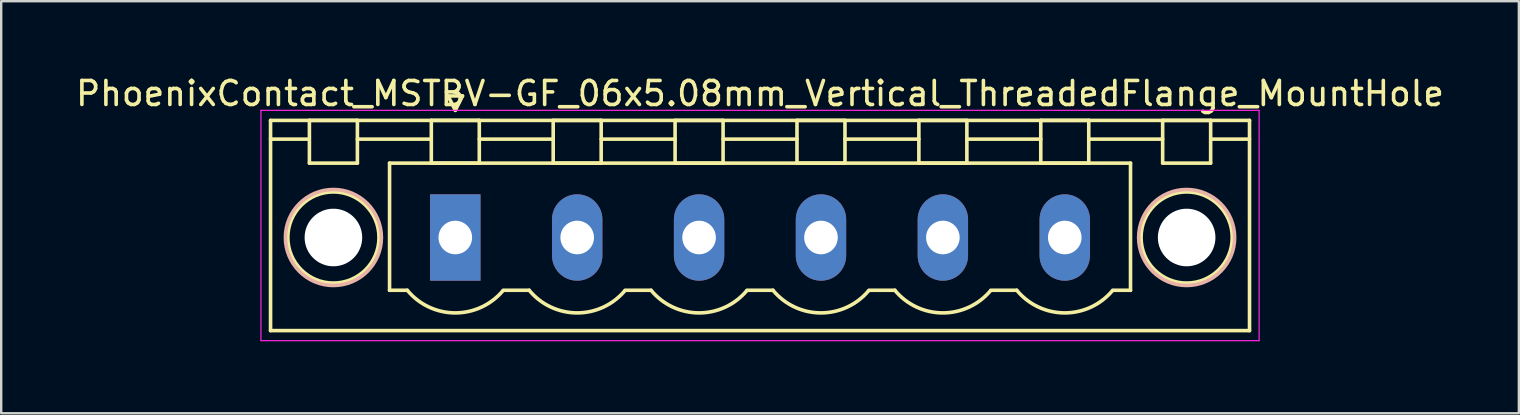
<source format=kicad_pcb>
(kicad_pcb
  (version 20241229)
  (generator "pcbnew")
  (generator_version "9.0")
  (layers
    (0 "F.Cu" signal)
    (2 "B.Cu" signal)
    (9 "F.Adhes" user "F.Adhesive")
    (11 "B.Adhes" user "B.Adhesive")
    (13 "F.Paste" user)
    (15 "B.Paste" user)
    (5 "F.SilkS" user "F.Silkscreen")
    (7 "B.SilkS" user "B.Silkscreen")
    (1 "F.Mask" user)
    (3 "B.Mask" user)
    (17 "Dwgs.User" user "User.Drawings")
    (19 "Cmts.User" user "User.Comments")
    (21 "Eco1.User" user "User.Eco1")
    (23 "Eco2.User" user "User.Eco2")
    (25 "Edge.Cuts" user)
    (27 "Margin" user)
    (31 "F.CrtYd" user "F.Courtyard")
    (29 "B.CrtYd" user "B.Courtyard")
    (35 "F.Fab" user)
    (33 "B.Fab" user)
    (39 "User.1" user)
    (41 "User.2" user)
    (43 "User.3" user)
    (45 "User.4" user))
  (footprint "PhoenixContact_MSTBV-GF_06x5.08mm_Vertical_ThreadedFlange_MountHole"
    (layer "F.Cu")
    (at 15.925 6.848)
    (property "Reference" "PhoenixContact_MSTBV-GF_06x5.08mm_Vertical_ThreadedFlange_MountHole" (at 12.7 -6 0) (layer "F.SilkS") (effects (font (size 1 1) (thickness 0.15))))
    (attr through_hole)
    (fp_line (start -7.7 -4.88) (end -7.7 3.88) (stroke (width 0.15) (type solid)) (layer "F.SilkS"))
    (fp_line (start -7.7 -4.1) (end -6.16 -4.1) (stroke (width 0.15) (type solid)) (layer "F.SilkS"))
    (fp_line (start -7.7 3.88) (end 33.1 3.88) (stroke (width 0.15) (type solid)) (layer "F.SilkS"))
    (fp_line (start -6.08 -4.88) (end -4.08 -4.88) (stroke (width 0.15) (type solid)) (layer "F.SilkS"))
    (fp_line (start -6.08 -3.1) (end -6.08 -4.88) (stroke (width 0.15) (type solid)) (layer "F.SilkS"))
    (fp_line (start -4.08 -4.88) (end -4.08 -3.1) (stroke (width 0.15) (type solid)) (layer "F.SilkS"))
    (fp_line (start -4.08 -4.1) (end -1 -4.1) (stroke (width 0.15) (type solid)) (layer "F.SilkS"))
    (fp_line (start -4.08 -3.1) (end -6.08 -3.1) (stroke (width 0.15) (type solid)) (layer "F.SilkS"))
    (fp_line (start -2.74 -3.1) (end 28.14 -3.1) (stroke (width 0.15) (type solid)) (layer "F.SilkS"))
    (fp_line (start -2.74 2.2) (end -2.74 -3.1) (stroke (width 0.15) (type solid)) (layer "F.SilkS"))
    (fp_line (start -2 2.2) (end -2.74 2.2) (stroke (width 0.15) (type solid)) (layer "F.SilkS"))
    (fp_line (start -1 -4.88) (end 1 -4.88) (stroke (width 0.15) (type solid)) (layer "F.SilkS"))
    (fp_line (start -1 -3.1) (end -1 -4.88) (stroke (width 0.15) (type solid)) (layer "F.SilkS"))
    (fp_line (start -0.3 -5.9) (end 0 -5.3) (stroke (width 0.15) (type solid)) (layer "F.SilkS"))
    (fp_line (start 0 -5.3) (end 0.3 -5.9) (stroke (width 0.15) (type solid)) (layer "F.SilkS"))
    (fp_line (start 0.3 -5.9) (end -0.3 -5.9) (stroke (width 0.15) (type solid)) (layer "F.SilkS"))
    (fp_line (start 1 -4.88) (end 1 -3.1) (stroke (width 0.15) (type solid)) (layer "F.SilkS"))
    (fp_line (start 1 -4.1) (end 4.08 -4.1) (stroke (width 0.15) (type solid)) (layer "F.SilkS"))
    (fp_line (start 1 -3.1) (end -1 -3.1) (stroke (width 0.15) (type solid)) (layer "F.SilkS"))
    (fp_line (start 2 2.2) (end 3.08 2.2) (stroke (width 0.15) (type solid)) (layer "F.SilkS"))
    (fp_line (start 4.08 -4.88) (end 6.08 -4.88) (stroke (width 0.15) (type solid)) (layer "F.SilkS"))
    (fp_line (start 4.08 -3.1) (end 4.08 -4.88) (stroke (width 0.15) (type solid)) (layer "F.SilkS"))
    (fp_line (start 6.08 -4.88) (end 6.08 -3.1) (stroke (width 0.15) (type solid)) (layer "F.SilkS"))
    (fp_line (start 6.08 -4.1) (end 9.16 -4.1) (stroke (width 0.15) (type solid)) (layer "F.SilkS"))
    (fp_line (start 6.08 -3.1) (end 4.08 -3.1) (stroke (width 0.15) (type solid)) (layer "F.SilkS"))
    (fp_line (start 7.08 2.2) (end 8.16 2.2) (stroke (width 0.15) (type solid)) (layer "F.SilkS"))
    (fp_line (start 9.16 -4.88) (end 11.16 -4.88) (stroke (width 0.15) (type solid)) (layer "F.SilkS"))
    (fp_line (start 9.16 -3.1) (end 9.16 -4.88) (stroke (width 0.15) (type solid)) (layer "F.SilkS"))
    (fp_line (start 11.16 -4.88) (end 11.16 -3.1) (stroke (width 0.15) (type solid)) (layer "F.SilkS"))
    (fp_line (start 11.16 -4.1) (end 14.24 -4.1) (stroke (width 0.15) (type solid)) (layer "F.SilkS"))
    (fp_line (start 11.16 -3.1) (end 9.16 -3.1) (stroke (width 0.15) (type solid)) (layer "F.SilkS"))
    (fp_line (start 12.16 2.2) (end 13.24 2.2) (stroke (width 0.15) (type solid)) (layer "F.SilkS"))
    (fp_line (start 14.24 -4.88) (end 16.24 -4.88) (stroke (width 0.15) (type solid)) (layer "F.SilkS"))
    (fp_line (start 14.24 -3.1) (end 14.24 -4.88) (stroke (width 0.15) (type solid)) (layer "F.SilkS"))
    (fp_line (start 16.24 -4.88) (end 16.24 -3.1) (stroke (width 0.15) (type solid)) (layer "F.SilkS"))
    (fp_line (start 16.24 -4.1) (end 19.32 -4.1) (stroke (width 0.15) (type solid)) (layer "F.SilkS"))
    (fp_line (start 16.24 -3.1) (end 14.24 -3.1) (stroke (width 0.15) (type solid)) (layer "F.SilkS"))
    (fp_line (start 17.24 2.2) (end 18.32 2.2) (stroke (width 0.15) (type solid)) (layer "F.SilkS"))
    (fp_line (start 19.32 -4.88) (end 21.32 -4.88) (stroke (width 0.15) (type solid)) (layer "F.SilkS"))
    (fp_line (start 19.32 -3.1) (end 19.32 -4.88) (stroke (width 0.15) (type solid)) (layer "F.SilkS"))
    (fp_line (start 21.32 -4.88) (end 21.32 -3.1) (stroke (width 0.15) (type solid)) (layer "F.SilkS"))
    (fp_line (start 21.32 -4.1) (end 24.4 -4.1) (stroke (width 0.15) (type solid)) (layer "F.SilkS"))
    (fp_line (start 21.32 -3.1) (end 19.32 -3.1) (stroke (width 0.15) (type solid)) (layer "F.SilkS"))
    (fp_line (start 22.32 2.2) (end 23.4 2.2) (stroke (width 0.15) (type solid)) (layer "F.SilkS"))
    (fp_line (start 24.4 -4.88) (end 26.4 -4.88) (stroke (width 0.15) (type solid)) (layer "F.SilkS"))
    (fp_line (start 24.4 -3.1) (end 24.4 -4.88) (stroke (width 0.15) (type solid)) (layer "F.SilkS"))
    (fp_line (start 26.4 -4.88) (end 26.4 -3.1) (stroke (width 0.15) (type solid)) (layer "F.SilkS"))
    (fp_line (start 26.4 -4.1) (end 29.48 -4.1) (stroke (width 0.15) (type solid)) (layer "F.SilkS"))
    (fp_line (start 26.4 -3.1) (end 24.4 -3.1) (stroke (width 0.15) (type solid)) (layer "F.SilkS"))
    (fp_line (start 28.14 -3.1) (end 28.14 2.2) (stroke (width 0.15) (type solid)) (layer "F.SilkS"))
    (fp_line (start 28.14 2.2) (end 27.4 2.2) (stroke (width 0.15) (type solid)) (layer "F.SilkS"))
    (fp_line (start 29.48 -4.88) (end 31.48 -4.88) (stroke (width 0.15) (type solid)) (layer "F.SilkS"))
    (fp_line (start 29.48 -3.1) (end 29.48 -4.88) (stroke (width 0.15) (type solid)) (layer "F.SilkS"))
    (fp_line (start 31.48 -4.88) (end 31.48 -3.1) (stroke (width 0.15) (type solid)) (layer "F.SilkS"))
    (fp_line (start 31.48 -3.1) (end 29.48 -3.1) (stroke (width 0.15) (type solid)) (layer "F.SilkS"))
    (fp_line (start 33.1 -4.88) (end -7.7 -4.88) (stroke (width 0.15) (type solid)) (layer "F.SilkS"))
    (fp_line (start 33.1 -4.1) (end 31.56 -4.1) (stroke (width 0.15) (type solid)) (layer "F.SilkS"))
    (fp_line (start 33.1 3.88) (end 33.1 -4.88) (stroke (width 0.15) (type solid)) (layer "F.SilkS"))
    (fp_arc (start 1.986842 2.215821) (mid -0.010289 3.142758) (end -2 2.2) (stroke (width 0.15) (type solid)) (layer "F.SilkS"))
    (fp_arc (start 7.066842 2.215821) (mid 5.069711 3.142758) (end 3.08 2.2) (stroke (width 0.15) (type solid)) (layer "F.SilkS"))
    (fp_arc (start 12.146842 2.215821) (mid 10.149711 3.142758) (end 8.16 2.2) (stroke (width 0.15) (type solid)) (layer "F.SilkS"))
    (fp_arc (start 17.226842 2.215821) (mid 15.229711 3.142758) (end 13.24 2.2) (stroke (width 0.15) (type solid)) (layer "F.SilkS"))
    (fp_arc (start 22.306842 2.215821) (mid 20.309711 3.142758) (end 18.32 2.2) (stroke (width 0.15) (type solid)) (layer "F.SilkS"))
    (fp_arc (start 27.386842 2.215821) (mid 25.389711 3.142758) (end 23.4 2.2) (stroke (width 0.15) (type solid)) (layer "F.SilkS"))
    (fp_circle (center -5.08 0) (end -3.18 0) (stroke (width 0.15) (type solid)) (fill no) (layer "F.SilkS"))
    (fp_circle (center 30.48 0) (end 32.38 0) (stroke (width 0.15) (type solid)) (fill no) (layer "F.SilkS"))
    (fp_circle (center -5.08 0) (end -3.08 0) (stroke (width 0.15) (type solid)) (fill no) (layer "B.SilkS"))
    (fp_circle (center 30.48 0) (end 32.48 0) (stroke (width 0.15) (type solid)) (fill no) (layer "B.SilkS"))
    (fp_line (start -8.1 -5.3) (end -8.1 4.3) (stroke (width 0.05) (type solid)) (layer "F.CrtYd"))
    (fp_line (start -8.1 4.3) (end 33.5 4.3) (stroke (width 0.05) (type solid)) (layer "F.CrtYd"))
    (fp_line (start 33.5 -5.3) (end -8.1 -5.3) (stroke (width 0.05) (type solid)) (layer "F.CrtYd"))
    (fp_line (start 33.5 4.3) (end 33.5 -5.3) (stroke (width 0.05) (type solid)) (layer "F.CrtYd"))
    (pad "" np_thru_hole circle (at -5.08 0) (size 2.4 2.4) (drill 2.4) (layers "*.Cu" "*.Mask"))
    (pad "" np_thru_hole circle (at 30.48 0) (size 2.4 2.4) (drill 2.4) (layers "*.Cu" "*.Mask"))
    (pad "1" thru_hole rect (at 0 0) (size 2.1 3.6) (drill 1.4) (layers "*.Cu" "*.Mask"))
    (pad "2" thru_hole oval (at 5.08 0) (size 2.1 3.6) (drill 1.4) (layers "*.Cu" "*.Mask"))
    (pad "3" thru_hole oval (at 10.16 0) (size 2.1 3.6) (drill 1.4) (layers "*.Cu" "*.Mask"))
    (pad "4" thru_hole oval (at 15.24 0) (size 2.1 3.6) (drill 1.4) (layers "*.Cu" "*.Mask"))
    (pad "5" thru_hole oval (at 20.32 0) (size 2.1 3.6) (drill 1.4) (layers "*.Cu" "*.Mask"))
    (pad "6" thru_hole oval (at 25.4 0) (size 2.1 3.6) (drill 1.4) (layers "*.Cu" "*.Mask")))
  (gr_rect
    (start -3 -3)
    (end 60.25 14.173)
    (stroke (width 0.1) (type default))
    (fill no)
    (layer "Edge.Cuts")))
</source>
